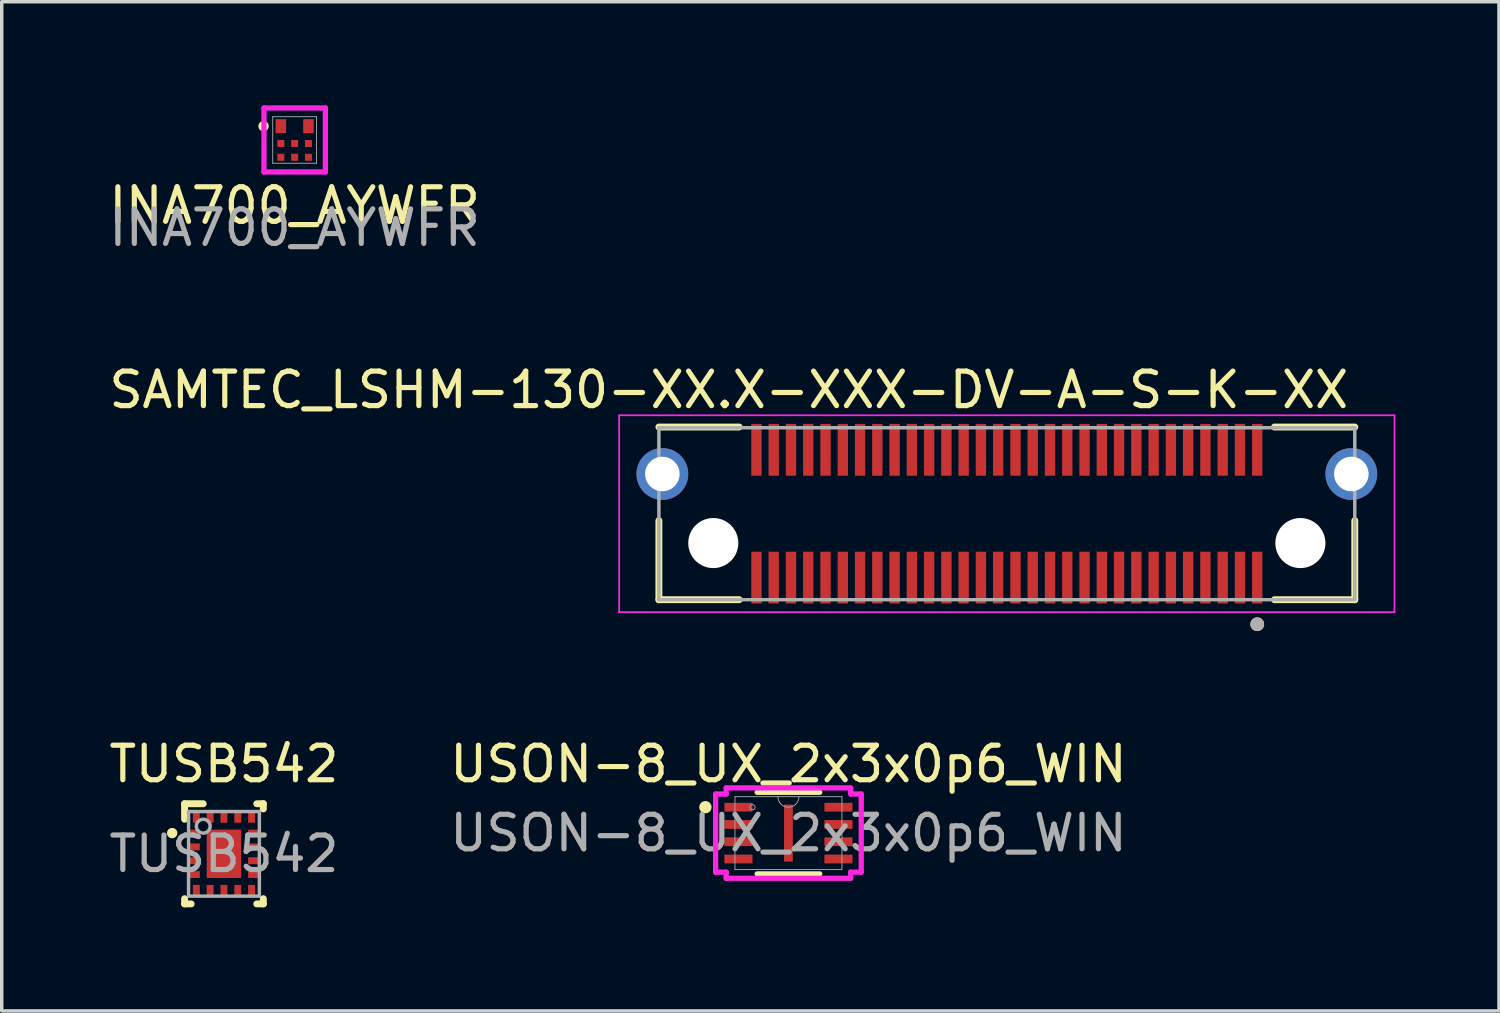
<source format=kicad_pcb>
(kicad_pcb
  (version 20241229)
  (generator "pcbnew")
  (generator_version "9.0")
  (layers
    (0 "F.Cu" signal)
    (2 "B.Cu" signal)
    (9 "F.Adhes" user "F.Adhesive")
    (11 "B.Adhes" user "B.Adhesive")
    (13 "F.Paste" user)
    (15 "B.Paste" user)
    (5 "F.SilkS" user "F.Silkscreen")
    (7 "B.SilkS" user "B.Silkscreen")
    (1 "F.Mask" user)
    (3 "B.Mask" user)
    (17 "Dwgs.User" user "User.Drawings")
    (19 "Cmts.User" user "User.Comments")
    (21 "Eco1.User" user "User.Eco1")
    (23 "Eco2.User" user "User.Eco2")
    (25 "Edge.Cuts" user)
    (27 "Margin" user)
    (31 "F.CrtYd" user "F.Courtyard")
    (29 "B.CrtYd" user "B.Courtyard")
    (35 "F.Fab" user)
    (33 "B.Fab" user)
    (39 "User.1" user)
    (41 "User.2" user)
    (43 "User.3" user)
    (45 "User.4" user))
  (footprint "TUSB542"
    (layer "F.Cu")
    (at 3.435 21.673)
    (property "Reference" "TUSB542" (at 0 -2.6 0) (unlocked yes) (layer "F.SilkS") (effects (font (size 1 1) (thickness 0.15))))
    (attr smd)
    (fp_line (start -1.14 -1.45) (end -0.6 -1.45) (stroke (width 0.2) (type solid)) (layer "F.SilkS"))
    (fp_line (start -1.14 -1) (end -1.14 -1.45) (stroke (width 0.2) (type solid)) (layer "F.SilkS"))
    (fp_line (start -1.14 1.45) (end -1.14 1.3) (stroke (width 0.2) (type solid)) (layer "F.SilkS"))
    (fp_line (start -1.14 1.45) (end -0.95 1.45) (stroke (width 0.2) (type solid)) (layer "F.SilkS"))
    (fp_line (start 0.95 -1.45) (end 1.14 -1.45) (stroke (width 0.2) (type solid)) (layer "F.SilkS"))
    (fp_line (start 0.95 1.45) (end 1.14 1.45) (stroke (width 0.2) (type solid)) (layer "F.SilkS"))
    (fp_line (start 1.14 -1.3) (end 1.14 -1.45) (stroke (width 0.2) (type solid)) (layer "F.SilkS"))
    (fp_line (start 1.14 1.45) (end 1.14 1.3) (stroke (width 0.2) (type solid)) (layer "F.SilkS"))
    (fp_circle (center -1.5 -0.6) (end -1.4 -0.6) (stroke (width 0.1) (type solid)) (fill yes) (layer "F.SilkS"))
    (fp_poly (pts (xy -0.475 0.55) (xy -0.475 -0.55) (xy -0.473 -0.57) (xy -0.467 -0.588) (xy -0.458 -0.606) (xy -0.446 -0.621) (xy -0.431 -0.633) (xy -0.413 -0.642) (xy -0.395 -0.648) (xy -0.375 -0.65) (xy 0.375 -0.65) (xy 0.395 -0.648) (xy 0.413 -0.642) (xy 0.431 -0.633) (xy 0.446 -0.621) (xy 0.458 -0.606) (xy 0.467 -0.588) (xy 0.473 -0.57) (xy 0.475 -0.55) (xy 0.475 0.55) (xy 0.473 0.57) (xy 0.467 0.588) (xy 0.458 0.606) (xy 0.446 0.621) (xy 0.431 0.633) (xy 0.413 0.642) (xy 0.395 0.648) (xy 0.375 0.65) (xy -0.375 0.65) (xy -0.395 0.648) (xy -0.413 0.642) (xy -0.431 0.633) (xy -0.446 0.621) (xy -0.458 0.606) (xy -0.467 0.588) (xy -0.473 0.57)) (stroke (width 0) (type solid)) (fill yes) (layer "F.Paste"))
    (fp_line (start -1.025 -1.225) (end 1.025 -1.225) (stroke (width 0.1) (type solid)) (layer "F.Fab"))
    (fp_line (start -1.025 1.225) (end -1.025 -1.225) (stroke (width 0.1) (type solid)) (layer "F.Fab"))
    (fp_line (start -1.025 1.225) (end 1.025 1.225) (stroke (width 0.1) (type solid)) (layer "F.Fab"))
    (fp_line (start 1.025 1.225) (end 1.025 -1.225) (stroke (width 0.1) (type solid)) (layer "F.Fab"))
    (fp_circle (center -0.6 -0.8) (end -0.4 -0.8) (stroke (width 0.1) (type solid)) (fill no) (layer "F.Fab"))
    (fp_text user "${REFERENCE}" (at 0 0 0) (unlocked yes) (layer "F.Fab") (effects (font (size 1 1) (thickness 0.15))))
    (pad "1" smd rect (at -0.85 -0.6) (size 0.3 0.2) (layers "F.Cu" "F.Mask" "F.Paste"))
    (pad "2" smd rect (at -0.85 -0.2) (size 0.3 0.2) (layers "F.Cu" "F.Mask" "F.Paste"))
    (pad "3" smd rect (at -0.85 0.2) (size 0.3 0.2) (layers "F.Cu" "F.Mask" "F.Paste"))
    (pad "4" smd rect (at -0.85 0.6) (size 0.3 0.2) (layers "F.Cu" "F.Mask" "F.Paste"))
    (pad "5" smd rect (at -0.8 1.05 90) (size 0.3 0.2) (layers "F.Cu" "F.Mask" "F.Paste"))
    (pad "6" smd rect (at -0.4 1.05 90) (size 0.3 0.2) (layers "F.Cu" "F.Mask" "F.Paste"))
    (pad "7" smd rect (at 0 1.05 90) (size 0.3 0.2) (layers "F.Cu" "F.Mask" "F.Paste"))
    (pad "8" smd rect (at 0.4 1.05 90) (size 0.3 0.2) (layers "F.Cu" "F.Mask" "F.Paste"))
    (pad "9" smd rect (at 0.8 1.05 90) (size 0.3 0.2) (layers "F.Cu" "F.Mask" "F.Paste"))
    (pad "10" smd rect (at 0.85 0.6) (size 0.3 0.2) (layers "F.Cu" "F.Mask" "F.Paste"))
    (pad "11" smd rect (at 0.85 0.2) (size 0.3 0.2) (layers "F.Cu" "F.Mask" "F.Paste"))
    (pad "12" smd rect (at 0.85 -0.2) (size 0.3 0.2) (layers "F.Cu" "F.Mask" "F.Paste"))
    (pad "13" smd rect (at 0.85 -0.6) (size 0.3 0.2) (layers "F.Cu" "F.Mask" "F.Paste"))
    (pad "14" smd rect (at 0.8 -1.05 90) (size 0.3 0.2) (layers "F.Cu" "F.Mask" "F.Paste"))
    (pad "15" smd rect (at 0.4 -1.05 90) (size 0.3 0.2) (layers "F.Cu" "F.Mask" "F.Paste"))
    (pad "16" smd rect (at 0 -1.05 90) (size 0.3 0.2) (layers "F.Cu" "F.Mask" "F.Paste"))
    (pad "17" smd rect (at -0.4 -1.05 90) (size 0.3 0.2) (layers "F.Cu" "F.Mask" "F.Paste"))
    (pad "18" smd rect (at -0.8 -1.05 90) (size 0.3 0.2) (layers "F.Cu" "F.Mask" "F.Paste"))
    (pad "19" smd rect (at 0 0) (size 1 1.4) (layers "F.Cu" "F.Mask")))
  (footprint "USON-8_UX_2x3x0p6_WIN"
    (layer "F.Cu")
    (at 19.78 21.073)
    (property "Reference" "USON-8_UX_2x3x0p6_WIN" (at 0 -2 0) (unlocked yes) (layer "F.SilkS") (effects (font (size 1 1) (thickness 0.15))))
    (attr smd)
    (fp_line (start -0.906 1.181) (end 0.906 1.181) (stroke (width 0.152) (type solid)) (layer "F.SilkS"))
    (fp_line (start 0.906 -1.181) (end -0.906 -1.181) (stroke (width 0.152) (type solid)) (layer "F.SilkS"))
    (fp_circle (center -2.405 -0.75) (end -2.303 -0.75) (stroke (width 0.152) (type solid)) (fill yes) (layer "F.SilkS"))
    (fp_line (start -2.108 -1.131) (end -1.803 -1.131) (stroke (width 0.152) (type solid)) (layer "F.CrtYd"))
    (fp_line (start -2.108 1.131) (end -2.108 -1.131) (stroke (width 0.152) (type solid)) (layer "F.CrtYd"))
    (fp_line (start -2.108 1.131) (end -1.803 1.131) (stroke (width 0.152) (type solid)) (layer "F.CrtYd"))
    (fp_line (start -1.803 -1.308) (end 1.803 -1.308) (stroke (width 0.152) (type solid)) (layer "F.CrtYd"))
    (fp_line (start -1.803 -1.131) (end -1.803 -1.308) (stroke (width 0.152) (type solid)) (layer "F.CrtYd"))
    (fp_line (start -1.803 1.308) (end -1.803 1.131) (stroke (width 0.152) (type solid)) (layer "F.CrtYd"))
    (fp_line (start 1.803 -1.308) (end 1.803 -1.131) (stroke (width 0.152) (type solid)) (layer "F.CrtYd"))
    (fp_line (start 1.803 1.131) (end 1.803 1.308) (stroke (width 0.152) (type solid)) (layer "F.CrtYd"))
    (fp_line (start 1.803 1.308) (end -1.803 1.308) (stroke (width 0.152) (type solid)) (layer "F.CrtYd"))
    (fp_line (start 2.108 -1.131) (end 1.803 -1.131) (stroke (width 0.152) (type solid)) (layer "F.CrtYd"))
    (fp_line (start 2.108 -1.131) (end 2.108 1.131) (stroke (width 0.152) (type solid)) (layer "F.CrtYd"))
    (fp_line (start 2.108 1.131) (end 1.803 1.131) (stroke (width 0.152) (type solid)) (layer "F.CrtYd"))
    (fp_line (start -1.549 -1.054) (end -1.549 1.054) (stroke (width 0.025) (type solid)) (layer "F.Fab"))
    (fp_line (start -1.549 1.054) (end 1.549 1.054) (stroke (width 0.025) (type solid)) (layer "F.Fab"))
    (fp_line (start 1.549 -1.054) (end -1.549 -1.054) (stroke (width 0.025) (type solid)) (layer "F.Fab"))
    (fp_line (start 1.549 1.054) (end 1.549 -1.054) (stroke (width 0.025) (type solid)) (layer "F.Fab"))
    (fp_arc (start 0.3048 -1.0541) (mid 0 -0.7493) (end -0.3048 -1.0541) (stroke (width 0.0254) (type solid)) (layer "F.Fab"))
    (fp_circle (center -1.041 -0.75) (end -0.965 -0.75) (stroke (width 0.025) (type solid)) (fill no) (layer "F.Fab"))
    (fp_text user "${REFERENCE}" (at 0 0 0) (unlocked yes) (layer "F.Fab") (effects (font (size 1 1) (thickness 0.15))))
    (pad "1" smd rect (at -1.448 -0.75) (size 0.813 0.254) (layers "F.Cu" "F.Mask" "F.Paste"))
    (pad "2" smd rect (at -1.448 -0.25) (size 0.813 0.254) (layers "F.Cu" "F.Mask" "F.Paste"))
    (pad "3" smd rect (at -1.448 0.25) (size 0.813 0.254) (layers "F.Cu" "F.Mask" "F.Paste"))
    (pad "4" smd rect (at -1.448 0.75) (size 0.813 0.254) (layers "F.Cu" "F.Mask" "F.Paste"))
    (pad "5" smd rect (at 1.448 0.75) (size 0.813 0.254) (layers "F.Cu" "F.Mask" "F.Paste"))
    (pad "6" smd rect (at 1.448 0.25) (size 0.813 0.254) (layers "F.Cu" "F.Mask" "F.Paste"))
    (pad "7" smd rect (at 1.448 -0.25) (size 0.813 0.254) (layers "F.Cu" "F.Mask" "F.Paste"))
    (pad "8" smd rect (at 1.448 -0.75) (size 0.813 0.254) (layers "F.Cu" "F.Mask" "F.Paste"))
    (pad "9" smd rect (at 0 0) (size 0.254 1.651) (layers "F.Cu" "F.Mask" "F.Paste")))
  (footprint "SAMTEC_LSHM-130-XX.X-XXX-DV-A-S-K-XX"
    (layer "F.Cu")
    (at 26.104 11.825)
    (property "Reference" "SAMTEC_LSHM-130-XX.X-XXX-DV-A-S-K-XX" (at -8.05 -3.585 0) (layer "F.SilkS") (effects (font (size 1 1) (thickness 0.15))))
    (attr smd)
    (fp_line (start -10.075 2.49) (end -10.075 0.2) (stroke (width 0.2) (type solid)) (layer "F.SilkS"))
    (fp_line (start -10.075 2.49) (end -7.75 2.49) (stroke (width 0.2) (type solid)) (layer "F.SilkS"))
    (fp_line (start -7.75 -2.51) (end -10.075 -2.51) (stroke (width 0.2) (type solid)) (layer "F.SilkS"))
    (fp_line (start 7.75 2.49) (end 10.075 2.49) (stroke (width 0.2) (type solid)) (layer "F.SilkS"))
    (fp_line (start 10.075 -2.51) (end 7.75 -2.51) (stroke (width 0.2) (type solid)) (layer "F.SilkS"))
    (fp_line (start 10.075 2.49) (end 10.075 0.2) (stroke (width 0.2) (type solid)) (layer "F.SilkS"))
    (fp_circle (center 7.25 3.2) (end 7.35 3.2) (stroke (width 0.2) (type solid)) (fill no) (layer "F.SilkS"))
    (fp_circle (center -9.975 -1.15) (end -9.475 -1.15) (stroke (width 1) (type solid)) (fill no) (layer "F.Paste"))
    (fp_circle (center 9.975 -1.15) (end 10.475 -1.15) (stroke (width 1) (type solid)) (fill no) (layer "F.Paste"))
    (fp_line (start -11.225 -2.85) (end 11.225 -2.85) (stroke (width 0.05) (type solid)) (layer "F.CrtYd"))
    (fp_line (start -11.225 2.85) (end -11.225 -2.85) (stroke (width 0.05) (type solid)) (layer "F.CrtYd"))
    (fp_line (start 11.225 -2.85) (end 11.225 2.85) (stroke (width 0.05) (type solid)) (layer "F.CrtYd"))
    (fp_line (start 11.225 2.85) (end -11.225 2.85) (stroke (width 0.05) (type solid)) (layer "F.CrtYd"))
    (fp_line (start -10.075 -2.49) (end 10.075 -2.49) (stroke (width 0.1) (type solid)) (layer "F.Fab"))
    (fp_line (start -10.075 2.49) (end -10.075 -2.49) (stroke (width 0.1) (type solid)) (layer "F.Fab"))
    (fp_line (start 10.075 -2.49) (end 10.075 2.49) (stroke (width 0.1) (type solid)) (layer "F.Fab"))
    (fp_line (start 10.075 2.49) (end -10.075 2.49) (stroke (width 0.1) (type solid)) (layer "F.Fab"))
    (fp_circle (center 7.25 3.2) (end 7.35 3.2) (stroke (width 0.2) (type solid)) (fill no) (layer "F.Fab"))
    (pad "" np_thru_hole circle (at -8.5 0.85) (size 1.45 1.45) (drill 1.45) (layers "*.Cu" "*.Mask"))
    (pad "" np_thru_hole circle (at 8.5 0.85) (size 1.45 1.45) (drill 1.45) (layers "*.Cu" "*.Mask"))
    (pad "01" smd rect (at 7.25 1.85) (size 0.3 1.5) (layers "F.Cu" "F.Mask" "F.Paste"))
    (pad "02" smd rect (at 7.25 -1.85) (size 0.3 1.5) (layers "F.Cu" "F.Mask" "F.Paste"))
    (pad "03" smd rect (at 6.75 1.85) (size 0.3 1.5) (layers "F.Cu" "F.Mask" "F.Paste"))
    (pad "04" smd rect (at 6.75 -1.85) (size 0.3 1.5) (layers "F.Cu" "F.Mask" "F.Paste"))
    (pad "05" smd rect (at 6.25 1.85) (size 0.3 1.5) (layers "F.Cu" "F.Mask" "F.Paste"))
    (pad "06" smd rect (at 6.25 -1.85) (size 0.3 1.5) (layers "F.Cu" "F.Mask" "F.Paste"))
    (pad "07" smd rect (at 5.75 1.85) (size 0.3 1.5) (layers "F.Cu" "F.Mask" "F.Paste"))
    (pad "08" smd rect (at 5.75 -1.85) (size 0.3 1.5) (layers "F.Cu" "F.Mask" "F.Paste"))
    (pad "09" smd rect (at 5.25 1.85) (size 0.3 1.5) (layers "F.Cu" "F.Mask" "F.Paste"))
    (pad "10" smd rect (at 5.25 -1.85) (size 0.3 1.5) (layers "F.Cu" "F.Mask" "F.Paste"))
    (pad "11" smd rect (at 4.75 1.85) (size 0.3 1.5) (layers "F.Cu" "F.Mask" "F.Paste"))
    (pad "12" smd rect (at 4.75 -1.85) (size 0.3 1.5) (layers "F.Cu" "F.Mask" "F.Paste"))
    (pad "13" smd rect (at 4.25 1.85) (size 0.3 1.5) (layers "F.Cu" "F.Mask" "F.Paste"))
    (pad "14" smd rect (at 4.25 -1.85) (size 0.3 1.5) (layers "F.Cu" "F.Mask" "F.Paste"))
    (pad "15" smd rect (at 3.75 1.85) (size 0.3 1.5) (layers "F.Cu" "F.Mask" "F.Paste"))
    (pad "16" smd rect (at 3.75 -1.85) (size 0.3 1.5) (layers "F.Cu" "F.Mask" "F.Paste"))
    (pad "17" smd rect (at 3.25 1.85) (size 0.3 1.5) (layers "F.Cu" "F.Mask" "F.Paste"))
    (pad "18" smd rect (at 3.25 -1.85) (size 0.3 1.5) (layers "F.Cu" "F.Mask" "F.Paste"))
    (pad "19" smd rect (at 2.75 1.85) (size 0.3 1.5) (layers "F.Cu" "F.Mask" "F.Paste"))
    (pad "20" smd rect (at 2.75 -1.85) (size 0.3 1.5) (layers "F.Cu" "F.Mask" "F.Paste"))
    (pad "21" smd rect (at 2.25 1.85) (size 0.3 1.5) (layers "F.Cu" "F.Mask" "F.Paste"))
    (pad "22" smd rect (at 2.25 -1.85) (size 0.3 1.5) (layers "F.Cu" "F.Mask" "F.Paste"))
    (pad "23" smd rect (at 1.75 1.85) (size 0.3 1.5) (layers "F.Cu" "F.Mask" "F.Paste"))
    (pad "24" smd rect (at 1.75 -1.85) (size 0.3 1.5) (layers "F.Cu" "F.Mask" "F.Paste"))
    (pad "25" smd rect (at 1.25 1.85) (size 0.3 1.5) (layers "F.Cu" "F.Mask" "F.Paste"))
    (pad "26" smd rect (at 1.25 -1.85) (size 0.3 1.5) (layers "F.Cu" "F.Mask" "F.Paste"))
    (pad "27" smd rect (at 0.75 1.85) (size 0.3 1.5) (layers "F.Cu" "F.Mask" "F.Paste"))
    (pad "28" smd rect (at 0.75 -1.85) (size 0.3 1.5) (layers "F.Cu" "F.Mask" "F.Paste"))
    (pad "29" smd rect (at 0.25 1.85) (size 0.3 1.5) (layers "F.Cu" "F.Mask" "F.Paste"))
    (pad "30" smd rect (at 0.25 -1.85) (size 0.3 1.5) (layers "F.Cu" "F.Mask" "F.Paste"))
    (pad "31" smd rect (at -0.25 1.85) (size 0.3 1.5) (layers "F.Cu" "F.Mask" "F.Paste"))
    (pad "32" smd rect (at -0.25 -1.85) (size 0.3 1.5) (layers "F.Cu" "F.Mask" "F.Paste"))
    (pad "33" smd rect (at -0.75 1.85) (size 0.3 1.5) (layers "F.Cu" "F.Mask" "F.Paste"))
    (pad "34" smd rect (at -0.75 -1.85) (size 0.3 1.5) (layers "F.Cu" "F.Mask" "F.Paste"))
    (pad "35" smd rect (at -1.25 1.85) (size 0.3 1.5) (layers "F.Cu" "F.Mask" "F.Paste"))
    (pad "36" smd rect (at -1.25 -1.85) (size 0.3 1.5) (layers "F.Cu" "F.Mask" "F.Paste"))
    (pad "37" smd rect (at -1.75 1.85) (size 0.3 1.5) (layers "F.Cu" "F.Mask" "F.Paste"))
    (pad "38" smd rect (at -1.75 -1.85) (size 0.3 1.5) (layers "F.Cu" "F.Mask" "F.Paste"))
    (pad "39" smd rect (at -2.25 1.85) (size 0.3 1.5) (layers "F.Cu" "F.Mask" "F.Paste"))
    (pad "40" smd rect (at -2.25 -1.85) (size 0.3 1.5) (layers "F.Cu" "F.Mask" "F.Paste"))
    (pad "41" smd rect (at -2.75 1.85) (size 0.3 1.5) (layers "F.Cu" "F.Mask" "F.Paste"))
    (pad "42" smd rect (at -2.75 -1.85) (size 0.3 1.5) (layers "F.Cu" "F.Mask" "F.Paste"))
    (pad "43" smd rect (at -3.25 1.85) (size 0.3 1.5) (layers "F.Cu" "F.Mask" "F.Paste"))
    (pad "44" smd rect (at -3.25 -1.85) (size 0.3 1.5) (layers "F.Cu" "F.Mask" "F.Paste"))
    (pad "45" smd rect (at -3.75 1.85) (size 0.3 1.5) (layers "F.Cu" "F.Mask" "F.Paste"))
    (pad "46" smd rect (at -3.75 -1.85) (size 0.3 1.5) (layers "F.Cu" "F.Mask" "F.Paste"))
    (pad "47" smd rect (at -4.25 1.85) (size 0.3 1.5) (layers "F.Cu" "F.Mask" "F.Paste"))
    (pad "48" smd rect (at -4.25 -1.85) (size 0.3 1.5) (layers "F.Cu" "F.Mask" "F.Paste"))
    (pad "49" smd rect (at -4.75 1.85) (size 0.3 1.5) (layers "F.Cu" "F.Mask" "F.Paste"))
    (pad "50" smd rect (at -4.75 -1.85) (size 0.3 1.5) (layers "F.Cu" "F.Mask" "F.Paste"))
    (pad "51" smd rect (at -5.25 1.85) (size 0.3 1.5) (layers "F.Cu" "F.Mask" "F.Paste"))
    (pad "52" smd rect (at -5.25 -1.85) (size 0.3 1.5) (layers "F.Cu" "F.Mask" "F.Paste"))
    (pad "53" smd rect (at -5.75 1.85) (size 0.3 1.5) (layers "F.Cu" "F.Mask" "F.Paste"))
    (pad "54" smd rect (at -5.75 -1.85) (size 0.3 1.5) (layers "F.Cu" "F.Mask" "F.Paste"))
    (pad "55" smd rect (at -6.25 1.85) (size 0.3 1.5) (layers "F.Cu" "F.Mask" "F.Paste"))
    (pad "56" smd rect (at -6.25 -1.85) (size 0.3 1.5) (layers "F.Cu" "F.Mask" "F.Paste"))
    (pad "57" smd rect (at -6.75 1.85) (size 0.3 1.5) (layers "F.Cu" "F.Mask" "F.Paste"))
    (pad "58" smd rect (at -6.75 -1.85) (size 0.3 1.5) (layers "F.Cu" "F.Mask" "F.Paste"))
    (pad "59" smd rect (at -7.25 1.85) (size 0.3 1.5) (layers "F.Cu" "F.Mask" "F.Paste"))
    (pad "60" smd rect (at -7.25 -1.85) (size 0.3 1.5) (layers "F.Cu" "F.Mask" "F.Paste"))
    (pad "S1" thru_hole circle (at -9.975 -1.15) (size 1.5 1.5) (drill 1) (layers "*.Cu" "*.Mask"))
    (pad "S2" thru_hole circle (at 9.975 -1.15) (size 1.5 1.5) (drill 1) (layers "*.Cu" "*.Mask")))
  (footprint "INA700_AYWFR"
    (layer "F.Cu")
    (at 5.482 1.003)
    (property "Reference" "INA700_AYWFR" (at 0 1.9 0) (unlocked yes) (layer "F.SilkS") (effects (font (size 1 1) (thickness 0.15))))
    (attr smd)
    (fp_circle (center -0.9 -0.4) (end -0.8 -0.4) (stroke (width 0.1) (type solid)) (fill yes) (layer "F.SilkS"))
    (fp_line (start -0.889 -0.927) (end -0.889 0.927) (stroke (width 0.152) (type solid)) (layer "F.CrtYd"))
    (fp_line (start -0.889 0.927) (end 0.889 0.927) (stroke (width 0.152) (type solid)) (layer "F.CrtYd"))
    (fp_line (start 0.889 -0.927) (end -0.889 -0.927) (stroke (width 0.152) (type solid)) (layer "F.CrtYd"))
    (fp_line (start 0.889 0.927) (end 0.889 -0.927) (stroke (width 0.152) (type solid)) (layer "F.CrtYd"))
    (fp_line (start -0.635 -0.673) (end -0.635 0.673) (stroke (width 0.025) (type solid)) (layer "F.Fab"))
    (fp_line (start -0.635 0.673) (end 0.635 0.673) (stroke (width 0.025) (type solid)) (layer "F.Fab"))
    (fp_line (start 0.635 -0.673) (end -0.635 -0.673) (stroke (width 0.025) (type solid)) (layer "F.Fab"))
    (fp_line (start 0.635 0.673) (end 0.635 -0.673) (stroke (width 0.025) (type solid)) (layer "F.Fab"))
    (fp_text user "${REFERENCE}" (at 0 2.54 0) (unlocked yes) (layer "F.Fab") (effects (font (size 1 1) (thickness 0.15))))
    (pad "A1" smd rect (at -0.4 -0.4) (size 0.305 0.406) (layers "F.Cu" "F.Mask" "F.Paste"))
    (pad "A3" smd rect (at 0.4 -0.4) (size 0.305 0.406) (layers "F.Cu" "F.Mask" "F.Paste"))
    (pad "B1" smd rect (at -0.4 0.102) (size 0.203 0.203) (layers "F.Cu" "F.Mask" "F.Paste"))
    (pad "B2" smd rect (at 0 0.102) (size 0.203 0.203) (layers "F.Cu" "F.Mask" "F.Paste"))
    (pad "B3" smd rect (at 0.4 0.102) (size 0.203 0.203) (layers "F.Cu" "F.Mask" "F.Paste"))
    (pad "C1" smd rect (at -0.4 0.502) (size 0.203 0.203) (layers "F.Cu" "F.Mask" "F.Paste"))
    (pad "C2" smd rect (at 0 0.502) (size 0.203 0.203) (layers "F.Cu" "F.Mask" "F.Paste"))
    (pad "C3" smd rect (at 0.4 0.502) (size 0.203 0.203) (layers "F.Cu" "F.Mask" "F.Paste")))
  (gr_rect
    (start -3 -3)
    (end 40.354 26.223)
    (stroke (width 0.1) (type default))
    (fill no)
    (layer "Edge.Cuts")))
</source>
